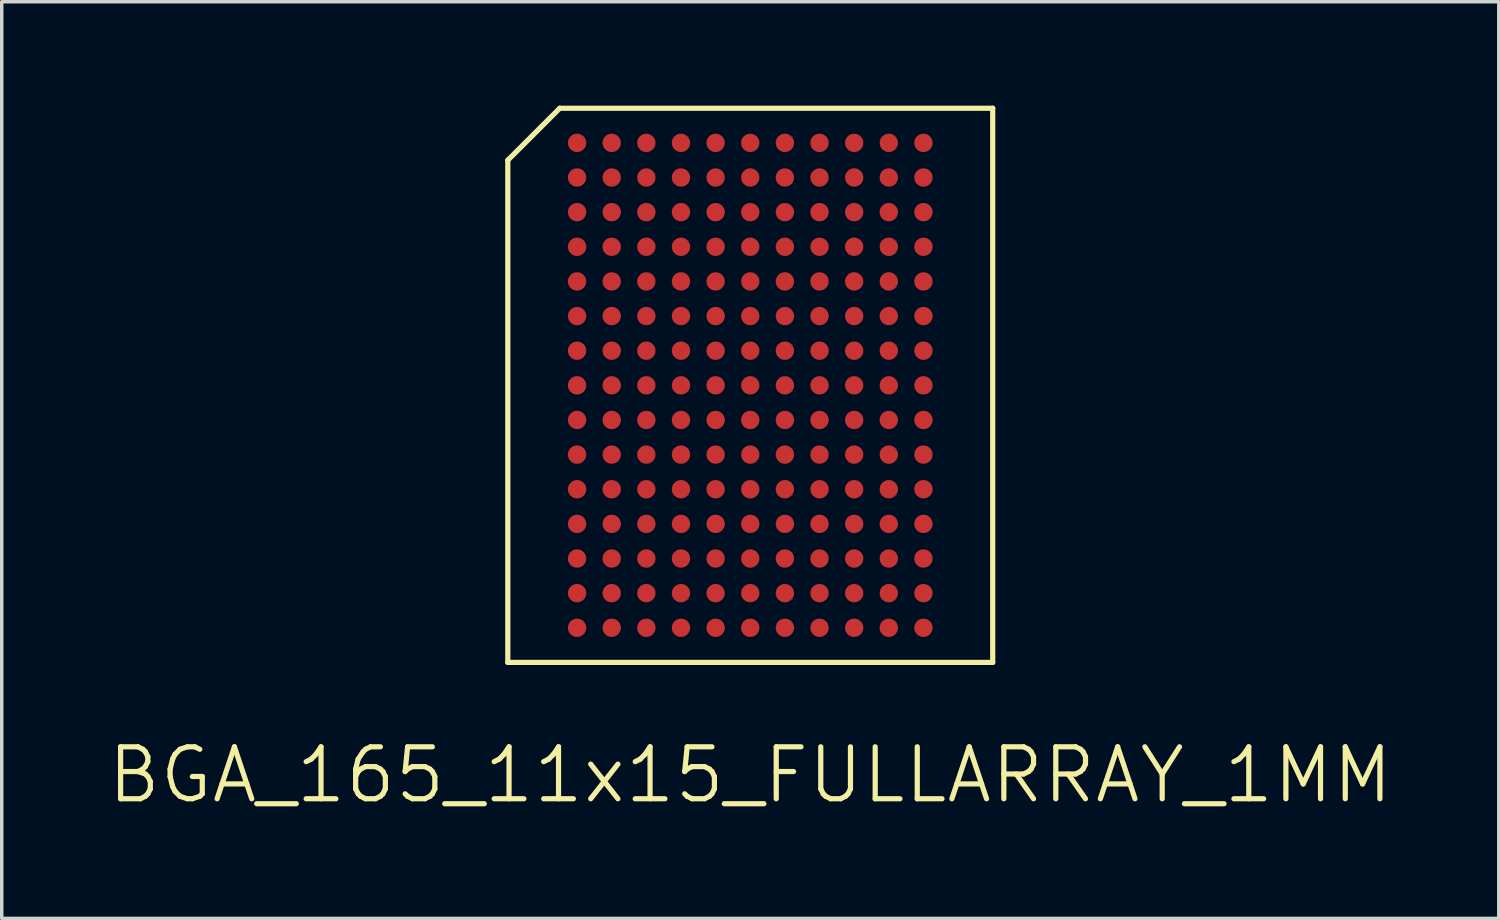
<source format=kicad_pcb>
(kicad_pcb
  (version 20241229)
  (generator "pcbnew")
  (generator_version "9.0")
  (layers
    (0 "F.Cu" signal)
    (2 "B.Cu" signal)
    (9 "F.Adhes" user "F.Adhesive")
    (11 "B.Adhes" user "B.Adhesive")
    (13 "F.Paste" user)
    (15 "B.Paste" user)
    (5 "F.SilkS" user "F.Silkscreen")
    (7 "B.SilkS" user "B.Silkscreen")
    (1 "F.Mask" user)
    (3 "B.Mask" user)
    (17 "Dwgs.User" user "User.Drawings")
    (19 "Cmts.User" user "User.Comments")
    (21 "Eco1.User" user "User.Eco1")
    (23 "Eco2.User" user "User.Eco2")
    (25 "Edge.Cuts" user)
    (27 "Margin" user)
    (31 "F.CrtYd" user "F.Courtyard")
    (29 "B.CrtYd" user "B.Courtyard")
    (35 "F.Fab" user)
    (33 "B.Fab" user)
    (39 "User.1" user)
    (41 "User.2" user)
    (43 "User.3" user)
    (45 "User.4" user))
  (footprint "BGA_165_11x15_FULLARRAY_1MM"
    (layer "F.Cu")
    (at 18.611 8.075)
    (property "Reference" "BGA_165_11x15_FULLARRAY_1MM" (at 0 11.25 0) (layer "F.SilkS") (effects (font (size 1.5 1.5) (thickness 0.15))))
    (attr through_hole)
    (fp_line (start -7 -6.5) (end -7 8) (stroke (width 0.15) (type solid)) (layer "F.SilkS"))
    (fp_line (start -7 8) (end 7 8) (stroke (width 0.15) (type solid)) (layer "F.SilkS"))
    (fp_line (start -5.5 -8) (end -7 -6.5) (stroke (width 0.15) (type solid)) (layer "F.SilkS"))
    (fp_line (start -5.5 -8) (end 7 -8) (stroke (width 0.15) (type solid)) (layer "F.SilkS"))
    (fp_line (start 7 -8) (end 7 8) (stroke (width 0.15) (type solid)) (layer "F.SilkS"))
    (pad "A1" smd circle (at -5 -7) (size 0.53 0.53) (layers "F.Cu" "F.Mask" "F.Paste"))
    (pad "A2" smd circle (at -4 -7) (size 0.53 0.53) (layers "F.Cu" "F.Mask" "F.Paste"))
    (pad "A3" smd circle (at -3 -7) (size 0.53 0.53) (layers "F.Cu" "F.Mask" "F.Paste"))
    (pad "A4" smd circle (at -2 -7) (size 0.53 0.53) (layers "F.Cu" "F.Mask" "F.Paste"))
    (pad "A5" smd circle (at -1 -7) (size 0.53 0.53) (layers "F.Cu" "F.Mask" "F.Paste"))
    (pad "A6" smd circle (at 0 -7) (size 0.53 0.53) (layers "F.Cu" "F.Mask" "F.Paste"))
    (pad "A7" smd circle (at 1 -7) (size 0.53 0.53) (layers "F.Cu" "F.Mask" "F.Paste"))
    (pad "A8" smd circle (at 2 -7) (size 0.53 0.53) (layers "F.Cu" "F.Mask" "F.Paste"))
    (pad "A9" smd circle (at 3 -7) (size 0.53 0.53) (layers "F.Cu" "F.Mask" "F.Paste"))
    (pad "A10" smd circle (at 4 -7) (size 0.53 0.53) (layers "F.Cu" "F.Mask" "F.Paste"))
    (pad "A11" smd circle (at 5 -7) (size 0.53 0.53) (layers "F.Cu" "F.Mask" "F.Paste"))
    (pad "B1" smd circle (at -5 -6) (size 0.53 0.53) (layers "F.Cu" "F.Mask" "F.Paste"))
    (pad "B2" smd circle (at -4 -6) (size 0.53 0.53) (layers "F.Cu" "F.Mask" "F.Paste"))
    (pad "B3" smd circle (at -3 -6) (size 0.53 0.53) (layers "F.Cu" "F.Mask" "F.Paste"))
    (pad "B4" smd circle (at -2 -6) (size 0.53 0.53) (layers "F.Cu" "F.Mask" "F.Paste"))
    (pad "B5" smd circle (at -1 -6) (size 0.53 0.53) (layers "F.Cu" "F.Mask" "F.Paste"))
    (pad "B6" smd circle (at 0 -6) (size 0.53 0.53) (layers "F.Cu" "F.Mask" "F.Paste"))
    (pad "B7" smd circle (at 1 -6) (size 0.53 0.53) (layers "F.Cu" "F.Mask" "F.Paste"))
    (pad "B8" smd circle (at 2 -6) (size 0.53 0.53) (layers "F.Cu" "F.Mask" "F.Paste"))
    (pad "B9" smd circle (at 3 -6) (size 0.53 0.53) (layers "F.Cu" "F.Mask" "F.Paste"))
    (pad "B10" smd circle (at 4 -6) (size 0.53 0.53) (layers "F.Cu" "F.Mask" "F.Paste"))
    (pad "B11" smd circle (at 5 -6) (size 0.53 0.53) (layers "F.Cu" "F.Mask" "F.Paste"))
    (pad "C1" smd circle (at -5 -5) (size 0.53 0.53) (layers "F.Cu" "F.Mask" "F.Paste"))
    (pad "C2" smd circle (at -4 -5) (size 0.53 0.53) (layers "F.Cu" "F.Mask" "F.Paste"))
    (pad "C3" smd circle (at -3 -5) (size 0.53 0.53) (layers "F.Cu" "F.Mask" "F.Paste"))
    (pad "C4" smd circle (at -2 -5) (size 0.53 0.53) (layers "F.Cu" "F.Mask" "F.Paste"))
    (pad "C5" smd circle (at -1 -5) (size 0.53 0.53) (layers "F.Cu" "F.Mask" "F.Paste"))
    (pad "C6" smd circle (at 0 -5) (size 0.53 0.53) (layers "F.Cu" "F.Mask" "F.Paste"))
    (pad "C7" smd circle (at 1 -5) (size 0.53 0.53) (layers "F.Cu" "F.Mask" "F.Paste"))
    (pad "C8" smd circle (at 2 -5) (size 0.53 0.53) (layers "F.Cu" "F.Mask" "F.Paste"))
    (pad "C9" smd circle (at 3 -5) (size 0.53 0.53) (layers "F.Cu" "F.Mask" "F.Paste"))
    (pad "C10" smd circle (at 4 -5) (size 0.53 0.53) (layers "F.Cu" "F.Mask" "F.Paste"))
    (pad "C11" smd circle (at 5 -5) (size 0.53 0.53) (layers "F.Cu" "F.Mask" "F.Paste"))
    (pad "D1" smd circle (at -5 -4) (size 0.53 0.53) (layers "F.Cu" "F.Mask" "F.Paste"))
    (pad "D2" smd circle (at -4 -4) (size 0.53 0.53) (layers "F.Cu" "F.Mask" "F.Paste"))
    (pad "D3" smd circle (at -3 -4) (size 0.53 0.53) (layers "F.Cu" "F.Mask" "F.Paste"))
    (pad "D4" smd circle (at -2 -4) (size 0.53 0.53) (layers "F.Cu" "F.Mask" "F.Paste"))
    (pad "D5" smd circle (at -1 -4) (size 0.53 0.53) (layers "F.Cu" "F.Mask" "F.Paste"))
    (pad "D6" smd circle (at 0 -4) (size 0.53 0.53) (layers "F.Cu" "F.Mask" "F.Paste"))
    (pad "D7" smd circle (at 1 -4) (size 0.53 0.53) (layers "F.Cu" "F.Mask" "F.Paste"))
    (pad "D8" smd circle (at 2 -4) (size 0.53 0.53) (layers "F.Cu" "F.Mask" "F.Paste"))
    (pad "D9" smd circle (at 3 -4) (size 0.53 0.53) (layers "F.Cu" "F.Mask" "F.Paste"))
    (pad "D10" smd circle (at 4 -4) (size 0.53 0.53) (layers "F.Cu" "F.Mask" "F.Paste"))
    (pad "D11" smd circle (at 5 -4) (size 0.53 0.53) (layers "F.Cu" "F.Mask" "F.Paste"))
    (pad "E1" smd circle (at -5 -3) (size 0.53 0.53) (layers "F.Cu" "F.Mask" "F.Paste"))
    (pad "E2" smd circle (at -4 -3) (size 0.53 0.53) (layers "F.Cu" "F.Mask" "F.Paste"))
    (pad "E3" smd circle (at -3 -3) (size 0.53 0.53) (layers "F.Cu" "F.Mask" "F.Paste"))
    (pad "E4" smd circle (at -2 -3) (size 0.53 0.53) (layers "F.Cu" "F.Mask" "F.Paste"))
    (pad "E5" smd circle (at -1 -3) (size 0.53 0.53) (layers "F.Cu" "F.Mask" "F.Paste"))
    (pad "E6" smd circle (at 0 -3) (size 0.53 0.53) (layers "F.Cu" "F.Mask" "F.Paste"))
    (pad "E7" smd circle (at 1 -3) (size 0.53 0.53) (layers "F.Cu" "F.Mask" "F.Paste"))
    (pad "E8" smd circle (at 2 -3) (size 0.53 0.53) (layers "F.Cu" "F.Mask" "F.Paste"))
    (pad "E9" smd circle (at 3 -3) (size 0.53 0.53) (layers "F.Cu" "F.Mask" "F.Paste"))
    (pad "E10" smd circle (at 4 -3) (size 0.53 0.53) (layers "F.Cu" "F.Mask" "F.Paste"))
    (pad "E11" smd circle (at 5 -3) (size 0.53 0.53) (layers "F.Cu" "F.Mask" "F.Paste"))
    (pad "F1" smd circle (at -5 -2) (size 0.53 0.53) (layers "F.Cu" "F.Mask" "F.Paste"))
    (pad "F2" smd circle (at -4 -2) (size 0.53 0.53) (layers "F.Cu" "F.Mask" "F.Paste"))
    (pad "F3" smd circle (at -3 -2) (size 0.53 0.53) (layers "F.Cu" "F.Mask" "F.Paste"))
    (pad "F4" smd circle (at -2 -2) (size 0.53 0.53) (layers "F.Cu" "F.Mask" "F.Paste"))
    (pad "F5" smd circle (at -1 -2) (size 0.53 0.53) (layers "F.Cu" "F.Mask" "F.Paste"))
    (pad "F6" smd circle (at 0 -2) (size 0.53 0.53) (layers "F.Cu" "F.Mask" "F.Paste"))
    (pad "F7" smd circle (at 1 -2) (size 0.53 0.53) (layers "F.Cu" "F.Mask" "F.Paste"))
    (pad "F8" smd circle (at 2 -2) (size 0.53 0.53) (layers "F.Cu" "F.Mask" "F.Paste"))
    (pad "F9" smd circle (at 3 -2) (size 0.53 0.53) (layers "F.Cu" "F.Mask" "F.Paste"))
    (pad "F10" smd circle (at 4 -2) (size 0.53 0.53) (layers "F.Cu" "F.Mask" "F.Paste"))
    (pad "F11" smd circle (at 5 -2) (size 0.53 0.53) (layers "F.Cu" "F.Mask" "F.Paste"))
    (pad "G1" smd circle (at -5 -1) (size 0.53 0.53) (layers "F.Cu" "F.Mask" "F.Paste"))
    (pad "G2" smd circle (at -4 -1) (size 0.53 0.53) (layers "F.Cu" "F.Mask" "F.Paste"))
    (pad "G3" smd circle (at -3 -1) (size 0.53 0.53) (layers "F.Cu" "F.Mask" "F.Paste"))
    (pad "G4" smd circle (at -2 -1) (size 0.53 0.53) (layers "F.Cu" "F.Mask" "F.Paste"))
    (pad "G5" smd circle (at -1 -1) (size 0.53 0.53) (layers "F.Cu" "F.Mask" "F.Paste"))
    (pad "G6" smd circle (at 0 -1) (size 0.53 0.53) (layers "F.Cu" "F.Mask" "F.Paste"))
    (pad "G7" smd circle (at 1 -1) (size 0.53 0.53) (layers "F.Cu" "F.Mask" "F.Paste"))
    (pad "G8" smd circle (at 2 -1) (size 0.53 0.53) (layers "F.Cu" "F.Mask" "F.Paste"))
    (pad "G9" smd circle (at 3 -1) (size 0.53 0.53) (layers "F.Cu" "F.Mask" "F.Paste"))
    (pad "G10" smd circle (at 4 -1) (size 0.53 0.53) (layers "F.Cu" "F.Mask" "F.Paste"))
    (pad "G11" smd circle (at 5 -1) (size 0.53 0.53) (layers "F.Cu" "F.Mask" "F.Paste"))
    (pad "H1" smd circle (at -5 0) (size 0.53 0.53) (layers "F.Cu" "F.Mask" "F.Paste"))
    (pad "H2" smd circle (at -4 0) (size 0.53 0.53) (layers "F.Cu" "F.Mask" "F.Paste"))
    (pad "H3" smd circle (at -3 0) (size 0.53 0.53) (layers "F.Cu" "F.Mask" "F.Paste"))
    (pad "H4" smd circle (at -2 0) (size 0.53 0.53) (layers "F.Cu" "F.Mask" "F.Paste"))
    (pad "H5" smd circle (at -1 0) (size 0.53 0.53) (layers "F.Cu" "F.Mask" "F.Paste"))
    (pad "H6" smd circle (at 0 0) (size 0.53 0.53) (layers "F.Cu" "F.Mask" "F.Paste"))
    (pad "H7" smd circle (at 1 0) (size 0.53 0.53) (layers "F.Cu" "F.Mask" "F.Paste"))
    (pad "H8" smd circle (at 2 0) (size 0.53 0.53) (layers "F.Cu" "F.Mask" "F.Paste"))
    (pad "H9" smd circle (at 3 0) (size 0.53 0.53) (layers "F.Cu" "F.Mask" "F.Paste"))
    (pad "H10" smd circle (at 4 0) (size 0.53 0.53) (layers "F.Cu" "F.Mask" "F.Paste"))
    (pad "H11" smd circle (at 5 0) (size 0.53 0.53) (layers "F.Cu" "F.Mask" "F.Paste"))
    (pad "J1" smd circle (at -5 1) (size 0.53 0.53) (layers "F.Cu" "F.Mask" "F.Paste"))
    (pad "J2" smd circle (at -4 1) (size 0.53 0.53) (layers "F.Cu" "F.Mask" "F.Paste"))
    (pad "J3" smd circle (at -3 1) (size 0.53 0.53) (layers "F.Cu" "F.Mask" "F.Paste"))
    (pad "J4" smd circle (at -2 1) (size 0.53 0.53) (layers "F.Cu" "F.Mask" "F.Paste"))
    (pad "J5" smd circle (at -1 1) (size 0.53 0.53) (layers "F.Cu" "F.Mask" "F.Paste"))
    (pad "J6" smd circle (at 0 1) (size 0.53 0.53) (layers "F.Cu" "F.Mask" "F.Paste"))
    (pad "J7" smd circle (at 1 1) (size 0.53 0.53) (layers "F.Cu" "F.Mask" "F.Paste"))
    (pad "J8" smd circle (at 2 1) (size 0.53 0.53) (layers "F.Cu" "F.Mask" "F.Paste"))
    (pad "J9" smd circle (at 3 1) (size 0.53 0.53) (layers "F.Cu" "F.Mask" "F.Paste"))
    (pad "J10" smd circle (at 4 1) (size 0.53 0.53) (layers "F.Cu" "F.Mask" "F.Paste"))
    (pad "J11" smd circle (at 5 1) (size 0.53 0.53) (layers "F.Cu" "F.Mask" "F.Paste"))
    (pad "K1" smd circle (at -5 2) (size 0.53 0.53) (layers "F.Cu" "F.Mask" "F.Paste"))
    (pad "K2" smd circle (at -4 2) (size 0.53 0.53) (layers "F.Cu" "F.Mask" "F.Paste"))
    (pad "K3" smd circle (at -3 2) (size 0.53 0.53) (layers "F.Cu" "F.Mask" "F.Paste"))
    (pad "K4" smd circle (at -2 2) (size 0.53 0.53) (layers "F.Cu" "F.Mask" "F.Paste"))
    (pad "K5" smd circle (at -1 2) (size 0.53 0.53) (layers "F.Cu" "F.Mask" "F.Paste"))
    (pad "K6" smd circle (at 0 2) (size 0.53 0.53) (layers "F.Cu" "F.Mask" "F.Paste"))
    (pad "K7" smd circle (at 1 2) (size 0.53 0.53) (layers "F.Cu" "F.Mask" "F.Paste"))
    (pad "K8" smd circle (at 2 2) (size 0.53 0.53) (layers "F.Cu" "F.Mask" "F.Paste"))
    (pad "K9" smd circle (at 3 2) (size 0.53 0.53) (layers "F.Cu" "F.Mask" "F.Paste"))
    (pad "K10" smd circle (at 4 2) (size 0.53 0.53) (layers "F.Cu" "F.Mask" "F.Paste"))
    (pad "K11" smd circle (at 5 2) (size 0.53 0.53) (layers "F.Cu" "F.Mask" "F.Paste"))
    (pad "L1" smd circle (at -5 3) (size 0.53 0.53) (layers "F.Cu" "F.Mask" "F.Paste"))
    (pad "L2" smd circle (at -4 3) (size 0.53 0.53) (layers "F.Cu" "F.Mask" "F.Paste"))
    (pad "L3" smd circle (at -3 3) (size 0.53 0.53) (layers "F.Cu" "F.Mask" "F.Paste"))
    (pad "L4" smd circle (at -2 3) (size 0.53 0.53) (layers "F.Cu" "F.Mask" "F.Paste"))
    (pad "L5" smd circle (at -1 3) (size 0.53 0.53) (layers "F.Cu" "F.Mask" "F.Paste"))
    (pad "L6" smd circle (at 0 3) (size 0.53 0.53) (layers "F.Cu" "F.Mask" "F.Paste"))
    (pad "L7" smd circle (at 1 3) (size 0.53 0.53) (layers "F.Cu" "F.Mask" "F.Paste"))
    (pad "L8" smd circle (at 2 3) (size 0.53 0.53) (layers "F.Cu" "F.Mask" "F.Paste"))
    (pad "L9" smd circle (at 3 3) (size 0.53 0.53) (layers "F.Cu" "F.Mask" "F.Paste"))
    (pad "L10" smd circle (at 4 3) (size 0.53 0.53) (layers "F.Cu" "F.Mask" "F.Paste"))
    (pad "L11" smd circle (at 5 3) (size 0.53 0.53) (layers "F.Cu" "F.Mask" "F.Paste"))
    (pad "M1" smd circle (at -5 4) (size 0.53 0.53) (layers "F.Cu" "F.Mask" "F.Paste"))
    (pad "M2" smd circle (at -4 4) (size 0.53 0.53) (layers "F.Cu" "F.Mask" "F.Paste"))
    (pad "M3" smd circle (at -3 4) (size 0.53 0.53) (layers "F.Cu" "F.Mask" "F.Paste"))
    (pad "M4" smd circle (at -2 4) (size 0.53 0.53) (layers "F.Cu" "F.Mask" "F.Paste"))
    (pad "M5" smd circle (at -1 4) (size 0.53 0.53) (layers "F.Cu" "F.Mask" "F.Paste"))
    (pad "M6" smd circle (at 0 4) (size 0.53 0.53) (layers "F.Cu" "F.Mask" "F.Paste"))
    (pad "M7" smd circle (at 1 4) (size 0.53 0.53) (layers "F.Cu" "F.Mask" "F.Paste"))
    (pad "M8" smd circle (at 2 4) (size 0.53 0.53) (layers "F.Cu" "F.Mask" "F.Paste"))
    (pad "M9" smd circle (at 3 4) (size 0.53 0.53) (layers "F.Cu" "F.Mask" "F.Paste"))
    (pad "M10" smd circle (at 4 4) (size 0.53 0.53) (layers "F.Cu" "F.Mask" "F.Paste"))
    (pad "M11" smd circle (at 5 4) (size 0.53 0.53) (layers "F.Cu" "F.Mask" "F.Paste"))
    (pad "N1" smd circle (at -5 5) (size 0.53 0.53) (layers "F.Cu" "F.Mask" "F.Paste"))
    (pad "N2" smd circle (at -4 5) (size 0.53 0.53) (layers "F.Cu" "F.Mask" "F.Paste"))
    (pad "N3" smd circle (at -3 5) (size 0.53 0.53) (layers "F.Cu" "F.Mask" "F.Paste"))
    (pad "N4" smd circle (at -2 5) (size 0.53 0.53) (layers "F.Cu" "F.Mask" "F.Paste"))
    (pad "N5" smd circle (at -1 5) (size 0.53 0.53) (layers "F.Cu" "F.Mask" "F.Paste"))
    (pad "N6" smd circle (at 0 5) (size 0.53 0.53) (layers "F.Cu" "F.Mask" "F.Paste"))
    (pad "N7" smd circle (at 1 5) (size 0.53 0.53) (layers "F.Cu" "F.Mask" "F.Paste"))
    (pad "N8" smd circle (at 2 5) (size 0.53 0.53) (layers "F.Cu" "F.Mask" "F.Paste"))
    (pad "N9" smd circle (at 3 5) (size 0.53 0.53) (layers "F.Cu" "F.Mask" "F.Paste"))
    (pad "N10" smd circle (at 4 5) (size 0.53 0.53) (layers "F.Cu" "F.Mask" "F.Paste"))
    (pad "N11" smd circle (at 5 5) (size 0.53 0.53) (layers "F.Cu" "F.Mask" "F.Paste"))
    (pad "P1" smd circle (at -5 6) (size 0.53 0.53) (layers "F.Cu" "F.Mask" "F.Paste"))
    (pad "P2" smd circle (at -4 6) (size 0.53 0.53) (layers "F.Cu" "F.Mask" "F.Paste"))
    (pad "P3" smd circle (at -3 6) (size 0.53 0.53) (layers "F.Cu" "F.Mask" "F.Paste"))
    (pad "P4" smd circle (at -2 6) (size 0.53 0.53) (layers "F.Cu" "F.Mask" "F.Paste"))
    (pad "P5" smd circle (at -1 6) (size 0.53 0.53) (layers "F.Cu" "F.Mask" "F.Paste"))
    (pad "P6" smd circle (at 0 6) (size 0.53 0.53) (layers "F.Cu" "F.Mask" "F.Paste"))
    (pad "P7" smd circle (at 1 6) (size 0.53 0.53) (layers "F.Cu" "F.Mask" "F.Paste"))
    (pad "P8" smd circle (at 2 6) (size 0.53 0.53) (layers "F.Cu" "F.Mask" "F.Paste"))
    (pad "P9" smd circle (at 3 6) (size 0.53 0.53) (layers "F.Cu" "F.Mask" "F.Paste"))
    (pad "P10" smd circle (at 4 6) (size 0.53 0.53) (layers "F.Cu" "F.Mask" "F.Paste"))
    (pad "P11" smd circle (at 5 6) (size 0.53 0.53) (layers "F.Cu" "F.Mask" "F.Paste"))
    (pad "R1" smd circle (at -5 7) (size 0.53 0.53) (layers "F.Cu" "F.Mask" "F.Paste"))
    (pad "R2" smd circle (at -4 7) (size 0.53 0.53) (layers "F.Cu" "F.Mask" "F.Paste"))
    (pad "R3" smd circle (at -3 7) (size 0.53 0.53) (layers "F.Cu" "F.Mask" "F.Paste"))
    (pad "R4" smd circle (at -2 7) (size 0.53 0.53) (layers "F.Cu" "F.Mask" "F.Paste"))
    (pad "R5" smd circle (at -1 7) (size 0.53 0.53) (layers "F.Cu" "F.Mask" "F.Paste"))
    (pad "R6" smd circle (at 0 7) (size 0.53 0.53) (layers "F.Cu" "F.Mask" "F.Paste"))
    (pad "R7" smd circle (at 1 7) (size 0.53 0.53) (layers "F.Cu" "F.Mask" "F.Paste"))
    (pad "R8" smd circle (at 2 7) (size 0.53 0.53) (layers "F.Cu" "F.Mask" "F.Paste"))
    (pad "R9" smd circle (at 3 7) (size 0.53 0.53) (layers "F.Cu" "F.Mask" "F.Paste"))
    (pad "R10" smd circle (at 4 7) (size 0.53 0.53) (layers "F.Cu" "F.Mask" "F.Paste"))
    (pad "R11" smd circle (at 5 7) (size 0.53 0.53) (layers "F.Cu" "F.Mask" "F.Paste")))
  (gr_rect
    (start -3 -3)
    (end 40.221 23.466)
    (stroke (width 0.1) (type default))
    (fill no)
    (layer "Edge.Cuts")))
</source>
